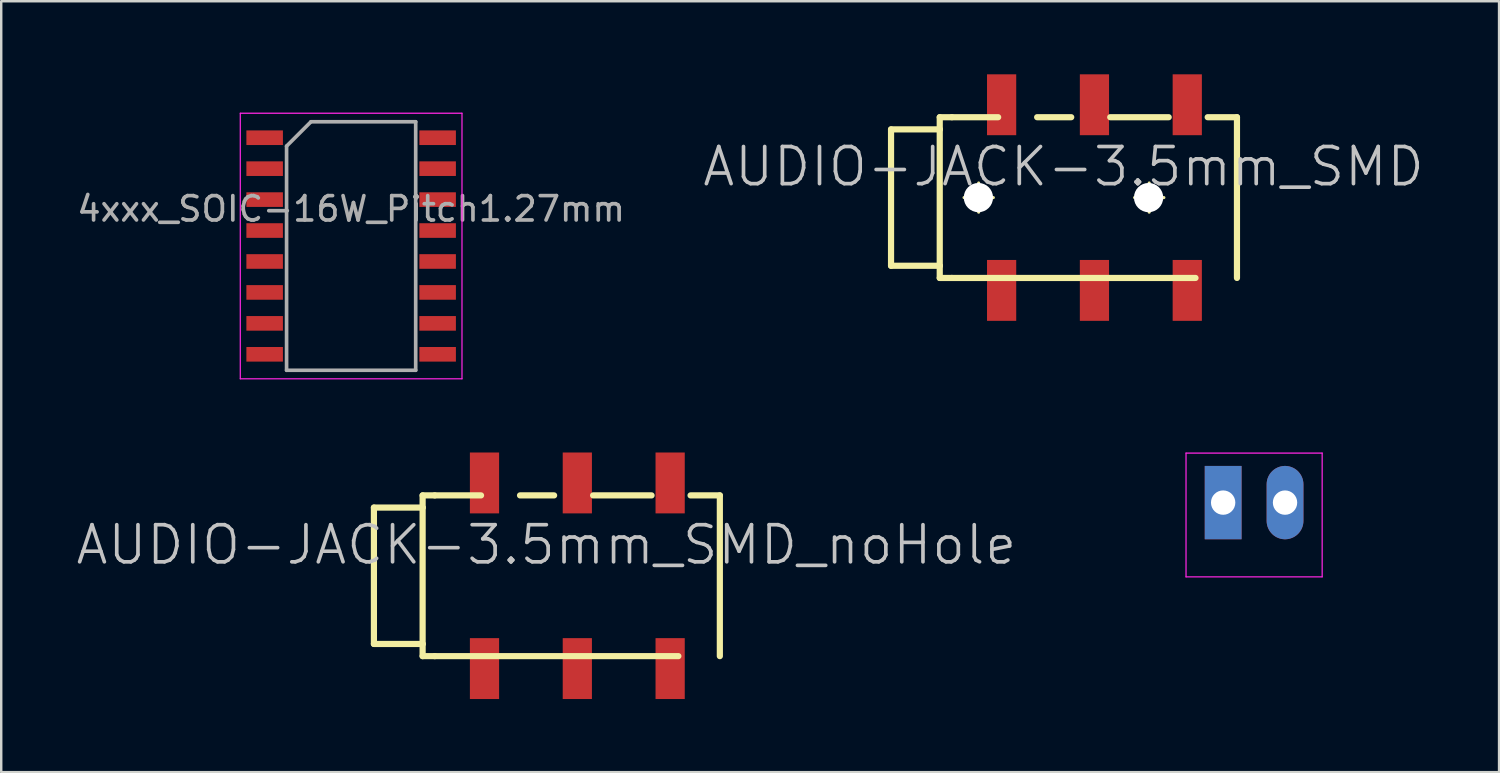
<source format=kicad_pcb>
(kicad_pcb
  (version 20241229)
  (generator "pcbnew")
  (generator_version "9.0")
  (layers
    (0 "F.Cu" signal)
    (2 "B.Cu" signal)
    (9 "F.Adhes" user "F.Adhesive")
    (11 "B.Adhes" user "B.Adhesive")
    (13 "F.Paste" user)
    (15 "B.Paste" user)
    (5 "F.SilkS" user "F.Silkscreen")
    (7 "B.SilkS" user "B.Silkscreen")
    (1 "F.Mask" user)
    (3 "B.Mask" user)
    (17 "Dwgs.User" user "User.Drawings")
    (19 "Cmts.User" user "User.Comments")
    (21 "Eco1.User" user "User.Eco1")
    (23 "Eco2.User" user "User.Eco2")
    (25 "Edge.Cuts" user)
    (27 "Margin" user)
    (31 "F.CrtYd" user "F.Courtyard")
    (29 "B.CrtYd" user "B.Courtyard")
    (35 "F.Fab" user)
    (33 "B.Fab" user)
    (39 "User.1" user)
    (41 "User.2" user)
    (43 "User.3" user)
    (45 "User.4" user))
  (footprint "Bat_connector+-"
    (layer "F.Cu")
    (at 47.156 17.58)
    (property "Reference" "Bat_connector+-" (at 1.27 -1.016 0) (layer "Eco2.User") (effects (font (size 1 1) (thickness 0.15))))
    (attr through_hole)
    (fp_line (start -1.27 -1.778) (end -1.27 2.794) (stroke (width 0.12) (type solid)) (layer "Eco2.User"))
    (fp_line (start -1.27 -1.778) (end 3.81 -1.778) (stroke (width 0.12) (type solid)) (layer "Eco2.User"))
    (fp_line (start 3.81 -1.778) (end 3.81 2.794) (stroke (width 0.12) (type solid)) (layer "Eco2.User"))
    (fp_line (start 3.81 2.794) (end -1.27 2.794) (stroke (width 0.12) (type solid)) (layer "Eco2.User"))
    (fp_line (start -1.524 -2.032) (end -1.524 3.048) (stroke (width 0.05) (type solid)) (layer "F.CrtYd"))
    (fp_line (start -1.524 -2.032) (end 4.064 -2.032) (stroke (width 0.05) (type solid)) (layer "F.CrtYd"))
    (fp_line (start 4.064 3.048) (end -1.524 3.048) (stroke (width 0.05) (type solid)) (layer "F.CrtYd"))
    (fp_line (start 4.064 3.048) (end 4.064 -2.032) (stroke (width 0.05) (type solid)) (layer "F.CrtYd"))
    (fp_text user "-" (at 0 2.032 0) (layer "Eco2.User") (effects (font (size 1 1) (thickness 0.15))))
    (fp_text user "+" (at 2.54 2.032 0) (layer "Eco2.User") (effects (font (size 1 1) (thickness 0.15))))
    (pad "1" thru_hole oval (at 2.54 0) (size 1.51 3.01) (drill 1) (layers "*.Cu" "*.Mask"))
    (pad "2" thru_hole rect (at 0 0) (size 1.51 3.01) (drill 1) (layers "*.Cu" "*.Mask")))
  (footprint "4xxx_SOIC-16W_Pitch1.27mm"
    (layer "F.Cu")
    (at 11.363 7.048)
    (property "Reference" "4xxx_SOIC-16W_Pitch1.27mm" (at 0 -6.2 0) (layer "Eco2.User") (effects (font (size 1 1) (thickness 0.15))))
    (attr smd)
    (fp_line (start -4.55 -5.45) (end -4.55 5.45) (stroke (width 0.05) (type solid)) (layer "F.CrtYd"))
    (fp_line (start -4.55 -5.45) (end 4.55 -5.45) (stroke (width 0.05) (type solid)) (layer "F.CrtYd"))
    (fp_line (start -4.55 5.45) (end 4.55 5.45) (stroke (width 0.05) (type solid)) (layer "F.CrtYd"))
    (fp_line (start 4.55 -5.45) (end 4.55 5.45) (stroke (width 0.05) (type solid)) (layer "F.CrtYd"))
    (fp_line (start -2.65 -4.1) (end -1.65 -5.1) (stroke (width 0.15) (type solid)) (layer "F.Fab"))
    (fp_line (start -2.65 5.1) (end -2.65 -4.1) (stroke (width 0.15) (type solid)) (layer "F.Fab"))
    (fp_line (start -1.65 -5.1) (end 2.65 -5.1) (stroke (width 0.15) (type solid)) (layer "F.Fab"))
    (fp_line (start 2.65 -5.1) (end 2.65 5.1) (stroke (width 0.15) (type solid)) (layer "F.Fab"))
    (fp_line (start 2.65 5.1) (end -2.65 5.1) (stroke (width 0.15) (type solid)) (layer "F.Fab"))
    (fp_text user "${REFERENCE}" (at 0 -1.524 0) (layer "F.Fab") (effects (font (size 1 1) (thickness 0.15))))
    (pad "1" smd rect (at -3.55 -4.445) (size 1.5 0.6) (layers "F.Cu" "F.Mask" "F.Paste"))
    (pad "2" smd rect (at -3.55 -3.175) (size 1.5 0.6) (layers "F.Cu" "F.Mask" "F.Paste"))
    (pad "3" smd rect (at -3.55 -1.905) (size 1.5 0.6) (layers "F.Cu" "F.Mask" "F.Paste"))
    (pad "4" smd rect (at -3.55 -0.635) (size 1.5 0.6) (layers "F.Cu" "F.Mask" "F.Paste"))
    (pad "5" smd rect (at -3.55 0.635) (size 1.5 0.6) (layers "F.Cu" "F.Mask" "F.Paste"))
    (pad "6" smd rect (at -3.55 1.905) (size 1.5 0.6) (layers "F.Cu" "F.Mask" "F.Paste"))
    (pad "7" smd rect (at -3.55 3.175) (size 1.5 0.6) (layers "F.Cu" "F.Mask" "F.Paste"))
    (pad "8" smd rect (at -3.55 4.445) (size 1.5 0.6) (layers "F.Cu" "F.Mask" "F.Paste"))
    (pad "9" smd rect (at 3.55 4.445) (size 1.5 0.6) (layers "F.Cu" "F.Mask" "F.Paste"))
    (pad "10" smd rect (at 3.55 3.175) (size 1.5 0.6) (layers "F.Cu" "F.Mask" "F.Paste"))
    (pad "11" smd rect (at 3.55 1.905) (size 1.5 0.6) (layers "F.Cu" "F.Mask" "F.Paste"))
    (pad "12" smd rect (at 3.55 0.635) (size 1.5 0.6) (layers "F.Cu" "F.Mask" "F.Paste"))
    (pad "13" smd rect (at 3.55 -0.635) (size 1.5 0.6) (layers "F.Cu" "F.Mask" "F.Paste"))
    (pad "14" smd rect (at 3.55 -1.905) (size 1.5 0.6) (layers "F.Cu" "F.Mask" "F.Paste"))
    (pad "15" smd rect (at 3.55 -3.175) (size 1.5 0.6) (layers "F.Cu" "F.Mask" "F.Paste"))
    (pad "16" smd rect (at 3.55 -4.445) (size 1.5 0.6) (layers "F.Cu" "F.Mask" "F.Paste")))
  (footprint "AUDIO-JACK-3.5mm_SMD"
    (layer "F.Cu")
    (at 35.523 5.06)
    (property "Reference" "AUDIO-JACK-3.5mm_SMD" (at 5.08 -1.27 0) (layer "Dwgs.User") (effects (font (size 1.524 1.524) (thickness 0.15))))
    (attr smd)
    (fp_line (start -1.999 -2.799) (end -1.999 2.799) (stroke (width 0.254) (type solid)) (layer "F.SilkS"))
    (fp_line (start -1.999 2.799) (end 0 2.799) (stroke (width 0.254) (type solid)) (layer "F.SilkS"))
    (fp_line (start 0 -3.299) (end 0 -2.799) (stroke (width 0.254) (type solid)) (layer "F.SilkS"))
    (fp_line (start 0 -2.799) (end -1.999 -2.799) (stroke (width 0.254) (type solid)) (layer "F.SilkS"))
    (fp_line (start 0 -2.799) (end 0 2.799) (stroke (width 0.254) (type solid)) (layer "F.SilkS"))
    (fp_line (start 0 2.799) (end 0 3.299) (stroke (width 0.254) (type solid)) (layer "F.SilkS"))
    (fp_line (start 0 3.299) (end 0.498 3.299) (stroke (width 0.254) (type solid)) (layer "F.SilkS"))
    (fp_line (start 0.498 -3.299) (end 0 -3.299) (stroke (width 0.254) (type solid)) (layer "F.SilkS"))
    (fp_line (start 0.498 -3.299) (end 2.398 -3.299) (stroke (width 0.254) (type solid)) (layer "F.SilkS"))
    (fp_line (start 0.498 3.299) (end 10.498 3.299) (stroke (width 0.254) (type solid)) (layer "F.SilkS"))
    (fp_line (start 0.998 0) (end 2.2 0) (stroke (width 0.127) (type solid)) (layer "F.SilkS"))
    (fp_line (start 1.598 0.599) (end 1.598 -0.599) (stroke (width 0.127) (type solid)) (layer "F.SilkS"))
    (fp_line (start 3.998 -3.299) (end 5.397 -3.299) (stroke (width 0.254) (type solid)) (layer "F.SilkS"))
    (fp_line (start 6.998 -3.299) (end 9.398 -3.299) (stroke (width 0.254) (type solid)) (layer "F.SilkS"))
    (fp_line (start 7.998 0) (end 9.2 0) (stroke (width 0.127) (type solid)) (layer "F.SilkS"))
    (fp_line (start 8.598 0.599) (end 8.598 -0.599) (stroke (width 0.127) (type solid)) (layer "F.SilkS"))
    (fp_line (start 12.2 -3.299) (end 10.998 -3.299) (stroke (width 0.254) (type solid)) (layer "F.SilkS"))
    (fp_line (start 12.2 -3.299) (end 12.2 3.299) (stroke (width 0.254) (type solid)) (layer "F.SilkS"))
    (fp_circle (center 1.598 0) (end 1.897 0.3) (stroke (width 0.127) (type solid)) (fill no) (layer "F.SilkS"))
    (fp_circle (center 8.598 0) (end 8.898 0.3) (stroke (width 0.127) (type solid)) (fill no) (layer "F.SilkS"))
    (pad "" np_thru_hole circle (at 1.587 0) (size 1.2 1.2) (drill 1.2) (layers "*.Cu" "*.Mask"))
    (pad "" np_thru_hole circle (at 8.572 0) (size 1.2 1.2) (drill 1.2) (layers "*.Cu" "*.Mask"))
    (pad "1" smd rect (at 2.54 -3.81) (size 1.199 2.499) (layers "F.Cu" "F.Mask" "F.Paste"))
    (pad "2" smd rect (at 10.16 -3.81) (size 1.199 2.499) (layers "F.Cu" "F.Mask" "F.Paste"))
    (pad "3" smd rect (at 6.35 -3.81) (size 1.199 2.499) (layers "F.Cu" "F.Mask" "F.Paste"))
    (pad "R" smd rect (at 6.35 3.81) (size 1.199 2.499) (layers "F.Cu" "F.Mask" "F.Paste"))
    (pad "S" smd rect (at 2.54 3.81) (size 1.199 2.499) (layers "F.Cu" "F.Mask" "F.Paste"))
    (pad "T" smd rect (at 10.16 3.81) (size 1.199 2.499) (layers "F.Cu" "F.Mask" "F.Paste")))
  (footprint "AUDIO-JACK-3.5mm_SMD_noHole"
    (layer "F.Cu")
    (at 14.297 20.583)
    (property "Reference" "AUDIO-JACK-3.5mm_SMD_noHole" (at 5.08 -1.27 0) (layer "Dwgs.User") (effects (font (size 1.524 1.524) (thickness 0.15))))
    (attr smd)
    (fp_line (start -1.999 -2.799) (end -1.999 2.799) (stroke (width 0.254) (type solid)) (layer "F.SilkS"))
    (fp_line (start -1.999 2.799) (end 0 2.799) (stroke (width 0.254) (type solid)) (layer "F.SilkS"))
    (fp_line (start 0 -3.299) (end 0 -2.799) (stroke (width 0.254) (type solid)) (layer "F.SilkS"))
    (fp_line (start 0 -2.799) (end -1.999 -2.799) (stroke (width 0.254) (type solid)) (layer "F.SilkS"))
    (fp_line (start 0 -2.799) (end 0 2.799) (stroke (width 0.254) (type solid)) (layer "F.SilkS"))
    (fp_line (start 0 2.799) (end 0 3.299) (stroke (width 0.254) (type solid)) (layer "F.SilkS"))
    (fp_line (start 0 3.299) (end 0.498 3.299) (stroke (width 0.254) (type solid)) (layer "F.SilkS"))
    (fp_line (start 0.498 -3.299) (end 0 -3.299) (stroke (width 0.254) (type solid)) (layer "F.SilkS"))
    (fp_line (start 0.498 -3.299) (end 2.398 -3.299) (stroke (width 0.254) (type solid)) (layer "F.SilkS"))
    (fp_line (start 0.498 3.299) (end 10.498 3.299) (stroke (width 0.254) (type solid)) (layer "F.SilkS"))
    (fp_line (start 3.998 -3.299) (end 5.397 -3.299) (stroke (width 0.254) (type solid)) (layer "F.SilkS"))
    (fp_line (start 6.998 -3.299) (end 9.398 -3.299) (stroke (width 0.254) (type solid)) (layer "F.SilkS"))
    (fp_line (start 12.2 -3.299) (end 10.998 -3.299) (stroke (width 0.254) (type solid)) (layer "F.SilkS"))
    (fp_line (start 12.2 -3.299) (end 12.2 3.299) (stroke (width 0.254) (type solid)) (layer "F.SilkS"))
    (pad "1" smd rect (at 2.54 -3.81) (size 1.199 2.499) (layers "F.Cu" "F.Mask" "F.Paste"))
    (pad "2" smd rect (at 10.16 -3.81) (size 1.199 2.499) (layers "F.Cu" "F.Mask" "F.Paste"))
    (pad "3" smd rect (at 6.35 -3.81) (size 1.199 2.499) (layers "F.Cu" "F.Mask" "F.Paste"))
    (pad "R" smd rect (at 6.35 3.81) (size 1.199 2.499) (layers "F.Cu" "F.Mask" "F.Paste"))
    (pad "S" smd rect (at 2.54 3.81) (size 1.199 2.499) (layers "F.Cu" "F.Mask" "F.Paste"))
    (pad "T" smd rect (at 10.16 3.81) (size 1.199 2.499) (layers "F.Cu" "F.Mask" "F.Paste")))
  (gr_rect
    (start -3 -3)
    (end 58.481 28.643)
    (stroke (width 0.1) (type default))
    (fill no)
    (layer "Edge.Cuts")))
</source>
